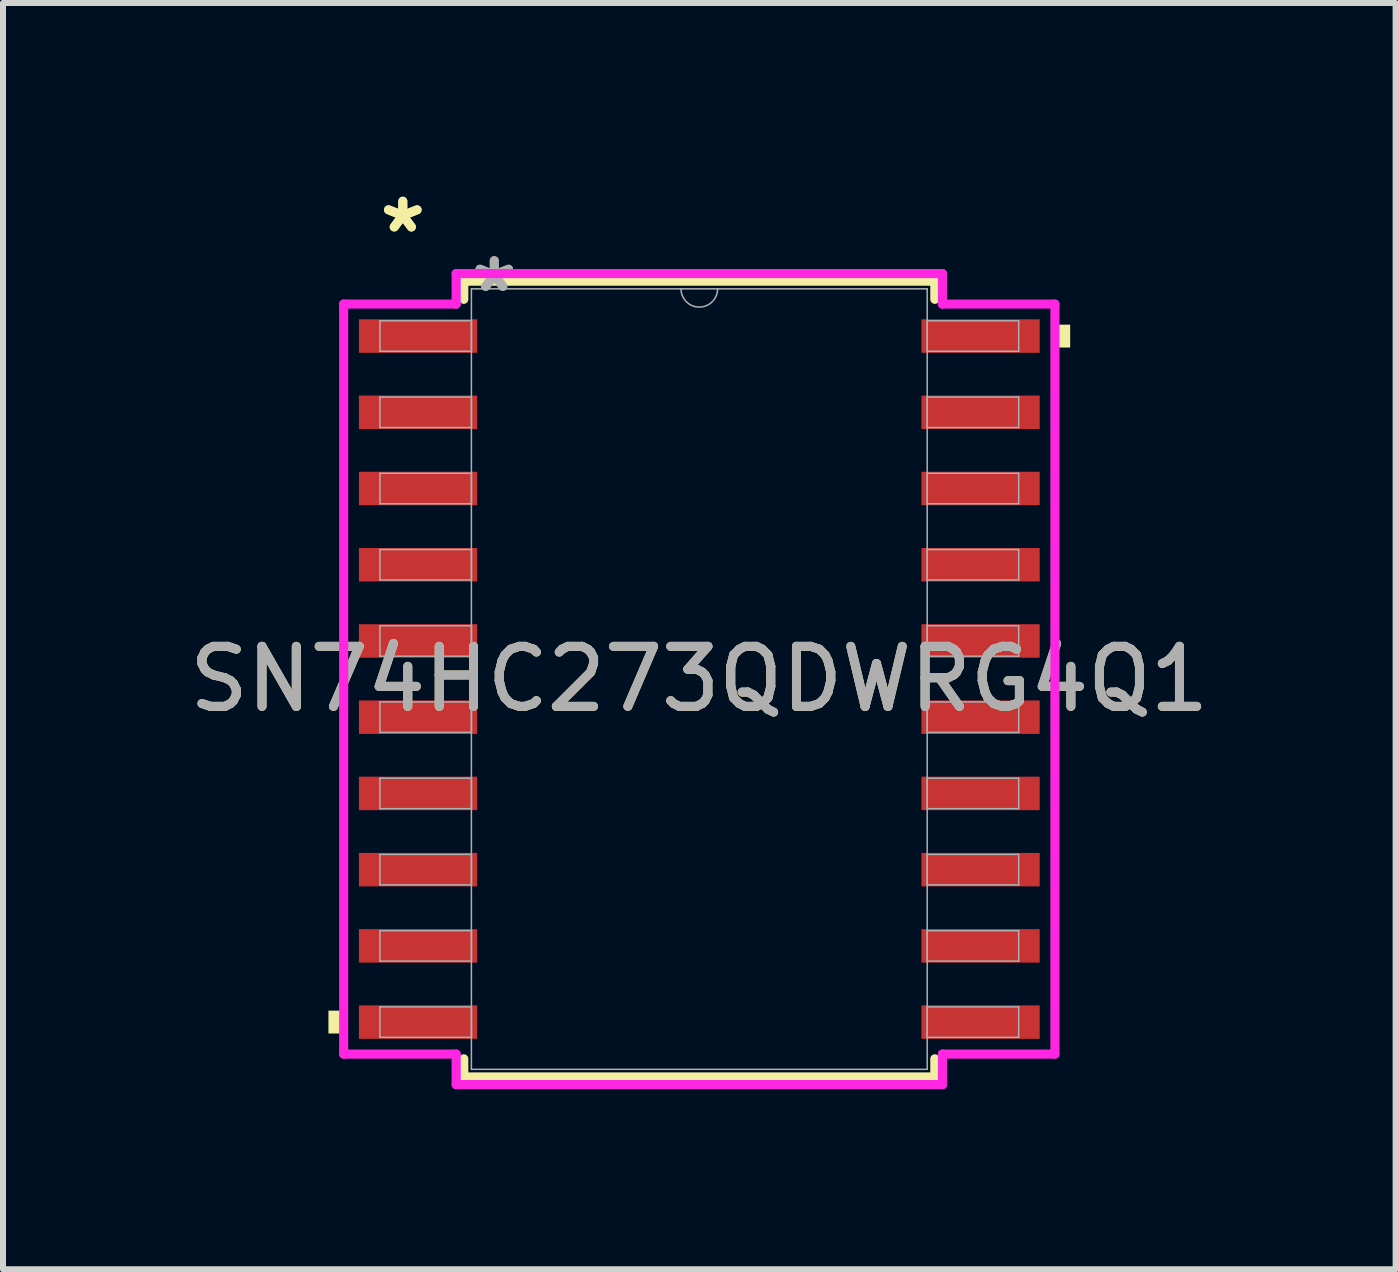
<source format=kicad_pcb>
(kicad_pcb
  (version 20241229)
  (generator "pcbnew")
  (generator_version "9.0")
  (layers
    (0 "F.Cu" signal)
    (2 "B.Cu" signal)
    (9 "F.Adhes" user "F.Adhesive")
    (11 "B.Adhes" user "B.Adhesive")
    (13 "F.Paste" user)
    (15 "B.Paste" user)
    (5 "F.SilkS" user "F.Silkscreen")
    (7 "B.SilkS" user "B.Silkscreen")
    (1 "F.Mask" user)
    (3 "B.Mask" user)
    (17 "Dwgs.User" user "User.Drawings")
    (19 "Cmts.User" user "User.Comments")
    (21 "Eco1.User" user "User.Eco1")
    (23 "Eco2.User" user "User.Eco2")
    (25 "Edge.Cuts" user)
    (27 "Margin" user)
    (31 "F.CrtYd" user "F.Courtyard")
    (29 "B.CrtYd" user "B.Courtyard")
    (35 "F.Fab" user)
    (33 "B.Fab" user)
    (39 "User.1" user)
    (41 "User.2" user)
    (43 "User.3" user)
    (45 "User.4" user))
  (footprint "SN74HC273QDWRG4Q1"
    (layer "F.Cu")
    (at 8.601 8.264)
    (property "Reference" "SN74HC273QDWRG4Q1" (at 0 0 0) (unlocked yes) (layer "F.SilkS") (effects (font (size 1 1) (thickness 0.15))))
    (attr smd)
    (fp_line (start -3.924 -6.629) (end -3.924 -6.327) (stroke (width 0.152) (type solid)) (layer "F.SilkS"))
    (fp_line (start -3.924 6.327) (end -3.924 6.629) (stroke (width 0.152) (type solid)) (layer "F.SilkS"))
    (fp_line (start -3.924 6.629) (end 3.924 6.629) (stroke (width 0.152) (type solid)) (layer "F.SilkS"))
    (fp_line (start 3.924 -6.629) (end -3.924 -6.629) (stroke (width 0.152) (type solid)) (layer "F.SilkS"))
    (fp_line (start 3.924 -6.327) (end 3.924 -6.629) (stroke (width 0.152) (type solid)) (layer "F.SilkS"))
    (fp_line (start 3.924 6.629) (end 3.924 6.327) (stroke (width 0.152) (type solid)) (layer "F.SilkS"))
    (fp_poly (pts (xy -6.179 5.524) (xy -6.179 5.905) (xy -5.925 5.905) (xy -5.925 5.524)) (stroke (width 0) (type solid)) (fill yes) (layer "F.SilkS"))
    (fp_poly (pts (xy 6.179 -5.905) (xy 6.179 -5.524) (xy 5.925 -5.524) (xy 5.925 -5.905)) (stroke (width 0) (type solid)) (fill yes) (layer "F.SilkS"))
    (fp_line (start -5.925 -6.248) (end -4.051 -6.248) (stroke (width 0.152) (type solid)) (layer "F.CrtYd"))
    (fp_line (start -5.925 6.248) (end -5.925 -6.248) (stroke (width 0.152) (type solid)) (layer "F.CrtYd"))
    (fp_line (start -5.925 6.248) (end -4.051 6.248) (stroke (width 0.152) (type solid)) (layer "F.CrtYd"))
    (fp_line (start -4.051 -6.756) (end 4.051 -6.756) (stroke (width 0.152) (type solid)) (layer "F.CrtYd"))
    (fp_line (start -4.051 -6.248) (end -4.051 -6.756) (stroke (width 0.152) (type solid)) (layer "F.CrtYd"))
    (fp_line (start -4.051 6.756) (end -4.051 6.248) (stroke (width 0.152) (type solid)) (layer "F.CrtYd"))
    (fp_line (start 4.051 -6.756) (end 4.051 -6.248) (stroke (width 0.152) (type solid)) (layer "F.CrtYd"))
    (fp_line (start 4.051 6.248) (end 4.051 6.756) (stroke (width 0.152) (type solid)) (layer "F.CrtYd"))
    (fp_line (start 4.051 6.756) (end -4.051 6.756) (stroke (width 0.152) (type solid)) (layer "F.CrtYd"))
    (fp_line (start 5.925 -6.248) (end 4.051 -6.248) (stroke (width 0.152) (type solid)) (layer "F.CrtYd"))
    (fp_line (start 5.925 -6.248) (end 5.925 6.248) (stroke (width 0.152) (type solid)) (layer "F.CrtYd"))
    (fp_line (start 5.925 6.248) (end 4.051 6.248) (stroke (width 0.152) (type solid)) (layer "F.CrtYd"))
    (fp_line (start -5.321 -5.969) (end -5.321 -5.461) (stroke (width 0.025) (type solid)) (layer "F.Fab"))
    (fp_line (start -5.321 -5.461) (end -3.797 -5.461) (stroke (width 0.025) (type solid)) (layer "F.Fab"))
    (fp_line (start -5.321 -4.699) (end -5.321 -4.191) (stroke (width 0.025) (type solid)) (layer "F.Fab"))
    (fp_line (start -5.321 -4.191) (end -3.797 -4.191) (stroke (width 0.025) (type solid)) (layer "F.Fab"))
    (fp_line (start -5.321 -3.429) (end -5.321 -2.921) (stroke (width 0.025) (type solid)) (layer "F.Fab"))
    (fp_line (start -5.321 -2.921) (end -3.797 -2.921) (stroke (width 0.025) (type solid)) (layer "F.Fab"))
    (fp_line (start -5.321 -2.159) (end -5.321 -1.651) (stroke (width 0.025) (type solid)) (layer "F.Fab"))
    (fp_line (start -5.321 -1.651) (end -3.797 -1.651) (stroke (width 0.025) (type solid)) (layer "F.Fab"))
    (fp_line (start -5.321 -0.889) (end -5.321 -0.381) (stroke (width 0.025) (type solid)) (layer "F.Fab"))
    (fp_line (start -5.321 -0.381) (end -3.797 -0.381) (stroke (width 0.025) (type solid)) (layer "F.Fab"))
    (fp_line (start -5.321 0.381) (end -5.321 0.889) (stroke (width 0.025) (type solid)) (layer "F.Fab"))
    (fp_line (start -5.321 0.889) (end -3.797 0.889) (stroke (width 0.025) (type solid)) (layer "F.Fab"))
    (fp_line (start -5.321 1.651) (end -5.321 2.159) (stroke (width 0.025) (type solid)) (layer "F.Fab"))
    (fp_line (start -5.321 2.159) (end -3.797 2.159) (stroke (width 0.025) (type solid)) (layer "F.Fab"))
    (fp_line (start -5.321 2.921) (end -5.321 3.429) (stroke (width 0.025) (type solid)) (layer "F.Fab"))
    (fp_line (start -5.321 3.429) (end -3.797 3.429) (stroke (width 0.025) (type solid)) (layer "F.Fab"))
    (fp_line (start -5.321 4.191) (end -5.321 4.699) (stroke (width 0.025) (type solid)) (layer "F.Fab"))
    (fp_line (start -5.321 4.699) (end -3.797 4.699) (stroke (width 0.025) (type solid)) (layer "F.Fab"))
    (fp_line (start -5.321 5.461) (end -5.321 5.969) (stroke (width 0.025) (type solid)) (layer "F.Fab"))
    (fp_line (start -5.321 5.969) (end -3.797 5.969) (stroke (width 0.025) (type solid)) (layer "F.Fab"))
    (fp_line (start -3.797 -6.502) (end -3.797 6.502) (stroke (width 0.025) (type solid)) (layer "F.Fab"))
    (fp_line (start -3.797 -5.969) (end -5.321 -5.969) (stroke (width 0.025) (type solid)) (layer "F.Fab"))
    (fp_line (start -3.797 -5.461) (end -3.797 -5.969) (stroke (width 0.025) (type solid)) (layer "F.Fab"))
    (fp_line (start -3.797 -4.699) (end -5.321 -4.699) (stroke (width 0.025) (type solid)) (layer "F.Fab"))
    (fp_line (start -3.797 -4.191) (end -3.797 -4.699) (stroke (width 0.025) (type solid)) (layer "F.Fab"))
    (fp_line (start -3.797 -3.429) (end -5.321 -3.429) (stroke (width 0.025) (type solid)) (layer "F.Fab"))
    (fp_line (start -3.797 -2.921) (end -3.797 -3.429) (stroke (width 0.025) (type solid)) (layer "F.Fab"))
    (fp_line (start -3.797 -2.159) (end -5.321 -2.159) (stroke (width 0.025) (type solid)) (layer "F.Fab"))
    (fp_line (start -3.797 -1.651) (end -3.797 -2.159) (stroke (width 0.025) (type solid)) (layer "F.Fab"))
    (fp_line (start -3.797 -0.889) (end -5.321 -0.889) (stroke (width 0.025) (type solid)) (layer "F.Fab"))
    (fp_line (start -3.797 -0.381) (end -3.797 -0.889) (stroke (width 0.025) (type solid)) (layer "F.Fab"))
    (fp_line (start -3.797 0.381) (end -5.321 0.381) (stroke (width 0.025) (type solid)) (layer "F.Fab"))
    (fp_line (start -3.797 0.889) (end -3.797 0.381) (stroke (width 0.025) (type solid)) (layer "F.Fab"))
    (fp_line (start -3.797 1.651) (end -5.321 1.651) (stroke (width 0.025) (type solid)) (layer "F.Fab"))
    (fp_line (start -3.797 2.159) (end -3.797 1.651) (stroke (width 0.025) (type solid)) (layer "F.Fab"))
    (fp_line (start -3.797 2.921) (end -5.321 2.921) (stroke (width 0.025) (type solid)) (layer "F.Fab"))
    (fp_line (start -3.797 3.429) (end -3.797 2.921) (stroke (width 0.025) (type solid)) (layer "F.Fab"))
    (fp_line (start -3.797 4.191) (end -5.321 4.191) (stroke (width 0.025) (type solid)) (layer "F.Fab"))
    (fp_line (start -3.797 4.699) (end -3.797 4.191) (stroke (width 0.025) (type solid)) (layer "F.Fab"))
    (fp_line (start -3.797 5.461) (end -5.321 5.461) (stroke (width 0.025) (type solid)) (layer "F.Fab"))
    (fp_line (start -3.797 5.969) (end -3.797 5.461) (stroke (width 0.025) (type solid)) (layer "F.Fab"))
    (fp_line (start -3.797 6.502) (end 3.797 6.502) (stroke (width 0.025) (type solid)) (layer "F.Fab"))
    (fp_line (start 3.797 -6.502) (end -3.797 -6.502) (stroke (width 0.025) (type solid)) (layer "F.Fab"))
    (fp_line (start 3.797 -5.969) (end 3.797 -5.461) (stroke (width 0.025) (type solid)) (layer "F.Fab"))
    (fp_line (start 3.797 -5.461) (end 5.321 -5.461) (stroke (width 0.025) (type solid)) (layer "F.Fab"))
    (fp_line (start 3.797 -4.699) (end 3.797 -4.191) (stroke (width 0.025) (type solid)) (layer "F.Fab"))
    (fp_line (start 3.797 -4.191) (end 5.321 -4.191) (stroke (width 0.025) (type solid)) (layer "F.Fab"))
    (fp_line (start 3.797 -3.429) (end 3.797 -2.921) (stroke (width 0.025) (type solid)) (layer "F.Fab"))
    (fp_line (start 3.797 -2.921) (end 5.321 -2.921) (stroke (width 0.025) (type solid)) (layer "F.Fab"))
    (fp_line (start 3.797 -2.159) (end 3.797 -1.651) (stroke (width 0.025) (type solid)) (layer "F.Fab"))
    (fp_line (start 3.797 -1.651) (end 5.321 -1.651) (stroke (width 0.025) (type solid)) (layer "F.Fab"))
    (fp_line (start 3.797 -0.889) (end 3.797 -0.381) (stroke (width 0.025) (type solid)) (layer "F.Fab"))
    (fp_line (start 3.797 -0.381) (end 5.321 -0.381) (stroke (width 0.025) (type solid)) (layer "F.Fab"))
    (fp_line (start 3.797 0.381) (end 3.797 0.889) (stroke (width 0.025) (type solid)) (layer "F.Fab"))
    (fp_line (start 3.797 0.889) (end 5.321 0.889) (stroke (width 0.025) (type solid)) (layer "F.Fab"))
    (fp_line (start 3.797 1.651) (end 3.797 2.159) (stroke (width 0.025) (type solid)) (layer "F.Fab"))
    (fp_line (start 3.797 2.159) (end 5.321 2.159) (stroke (width 0.025) (type solid)) (layer "F.Fab"))
    (fp_line (start 3.797 2.921) (end 3.797 3.429) (stroke (width 0.025) (type solid)) (layer "F.Fab"))
    (fp_line (start 3.797 3.429) (end 5.321 3.429) (stroke (width 0.025) (type solid)) (layer "F.Fab"))
    (fp_line (start 3.797 4.191) (end 3.797 4.699) (stroke (width 0.025) (type solid)) (layer "F.Fab"))
    (fp_line (start 3.797 4.699) (end 5.321 4.699) (stroke (width 0.025) (type solid)) (layer "F.Fab"))
    (fp_line (start 3.797 5.461) (end 3.797 5.969) (stroke (width 0.025) (type solid)) (layer "F.Fab"))
    (fp_line (start 3.797 5.969) (end 5.321 5.969) (stroke (width 0.025) (type solid)) (layer "F.Fab"))
    (fp_line (start 3.797 6.502) (end 3.797 -6.502) (stroke (width 0.025) (type solid)) (layer "F.Fab"))
    (fp_line (start 5.321 -5.969) (end 3.797 -5.969) (stroke (width 0.025) (type solid)) (layer "F.Fab"))
    (fp_line (start 5.321 -5.461) (end 5.321 -5.969) (stroke (width 0.025) (type solid)) (layer "F.Fab"))
    (fp_line (start 5.321 -4.699) (end 3.797 -4.699) (stroke (width 0.025) (type solid)) (layer "F.Fab"))
    (fp_line (start 5.321 -4.191) (end 5.321 -4.699) (stroke (width 0.025) (type solid)) (layer "F.Fab"))
    (fp_line (start 5.321 -3.429) (end 3.797 -3.429) (stroke (width 0.025) (type solid)) (layer "F.Fab"))
    (fp_line (start 5.321 -2.921) (end 5.321 -3.429) (stroke (width 0.025) (type solid)) (layer "F.Fab"))
    (fp_line (start 5.321 -2.159) (end 3.797 -2.159) (stroke (width 0.025) (type solid)) (layer "F.Fab"))
    (fp_line (start 5.321 -1.651) (end 5.321 -2.159) (stroke (width 0.025) (type solid)) (layer "F.Fab"))
    (fp_line (start 5.321 -0.889) (end 3.797 -0.889) (stroke (width 0.025) (type solid)) (layer "F.Fab"))
    (fp_line (start 5.321 -0.381) (end 5.321 -0.889) (stroke (width 0.025) (type solid)) (layer "F.Fab"))
    (fp_line (start 5.321 0.381) (end 3.797 0.381) (stroke (width 0.025) (type solid)) (layer "F.Fab"))
    (fp_line (start 5.321 0.889) (end 5.321 0.381) (stroke (width 0.025) (type solid)) (layer "F.Fab"))
    (fp_line (start 5.321 1.651) (end 3.797 1.651) (stroke (width 0.025) (type solid)) (layer "F.Fab"))
    (fp_line (start 5.321 2.159) (end 5.321 1.651) (stroke (width 0.025) (type solid)) (layer "F.Fab"))
    (fp_line (start 5.321 2.921) (end 3.797 2.921) (stroke (width 0.025) (type solid)) (layer "F.Fab"))
    (fp_line (start 5.321 3.429) (end 5.321 2.921) (stroke (width 0.025) (type solid)) (layer "F.Fab"))
    (fp_line (start 5.321 4.191) (end 3.797 4.191) (stroke (width 0.025) (type solid)) (layer "F.Fab"))
    (fp_line (start 5.321 4.699) (end 5.321 4.191) (stroke (width 0.025) (type solid)) (layer "F.Fab"))
    (fp_line (start 5.321 5.461) (end 3.797 5.461) (stroke (width 0.025) (type solid)) (layer "F.Fab"))
    (fp_line (start 5.321 5.969) (end 5.321 5.461) (stroke (width 0.025) (type solid)) (layer "F.Fab"))
    (fp_arc (start 0.3048 -6.5024) (mid 0 -6.1976) (end -0.3048 -6.5024) (stroke (width 0.0254) (type solid)) (layer "F.Fab"))
    (fp_text user "*" (at -4.94 -7.416 0) (layer "F.SilkS") (effects (font (size 1 1) (thickness 0.15))))
    (fp_text user "*" (at -4.94 -7.416 0) (unlocked yes) (layer "F.SilkS") (effects (font (size 1 1) (thickness 0.15))))
    (fp_text user "*" (at -3.416 -6.426 0) (unlocked yes) (layer "F.Fab") (effects (font (size 1 1) (thickness 0.15))))
    (fp_text user "*" (at -3.416 -6.426 0) (layer "F.Fab") (effects (font (size 1 1) (thickness 0.15))))
    (fp_text user "${REFERENCE}" (at 0 0 0) (unlocked yes) (layer "F.Fab") (effects (font (size 1 1) (thickness 0.15))))
    (pad "1" smd rect (at -4.686 -5.715) (size 1.97 0.558) (layers "F.Cu" "F.Mask" "F.Paste"))
    (pad "2" smd rect (at -4.686 -4.445) (size 1.97 0.558) (layers "F.Cu" "F.Mask" "F.Paste"))
    (pad "3" smd rect (at -4.686 -3.175) (size 1.97 0.558) (layers "F.Cu" "F.Mask" "F.Paste"))
    (pad "4" smd rect (at -4.686 -1.905) (size 1.97 0.558) (layers "F.Cu" "F.Mask" "F.Paste"))
    (pad "5" smd rect (at -4.686 -0.635) (size 1.97 0.558) (layers "F.Cu" "F.Mask" "F.Paste"))
    (pad "6" smd rect (at -4.686 0.635) (size 1.97 0.558) (layers "F.Cu" "F.Mask" "F.Paste"))
    (pad "7" smd rect (at -4.686 1.905) (size 1.97 0.558) (layers "F.Cu" "F.Mask" "F.Paste"))
    (pad "8" smd rect (at -4.686 3.175) (size 1.97 0.558) (layers "F.Cu" "F.Mask" "F.Paste"))
    (pad "9" smd rect (at -4.686 4.445) (size 1.97 0.558) (layers "F.Cu" "F.Mask" "F.Paste"))
    (pad "10" smd rect (at -4.686 5.715) (size 1.97 0.558) (layers "F.Cu" "F.Mask" "F.Paste"))
    (pad "11" smd rect (at 4.686 5.715) (size 1.97 0.558) (layers "F.Cu" "F.Mask" "F.Paste"))
    (pad "12" smd rect (at 4.686 4.445) (size 1.97 0.558) (layers "F.Cu" "F.Mask" "F.Paste"))
    (pad "13" smd rect (at 4.686 3.175) (size 1.97 0.558) (layers "F.Cu" "F.Mask" "F.Paste"))
    (pad "14" smd rect (at 4.686 1.905) (size 1.97 0.558) (layers "F.Cu" "F.Mask" "F.Paste"))
    (pad "15" smd rect (at 4.686 0.635) (size 1.97 0.558) (layers "F.Cu" "F.Mask" "F.Paste"))
    (pad "16" smd rect (at 4.686 -0.635) (size 1.97 0.558) (layers "F.Cu" "F.Mask" "F.Paste"))
    (pad "17" smd rect (at 4.686 -1.905) (size 1.97 0.558) (layers "F.Cu" "F.Mask" "F.Paste"))
    (pad "18" smd rect (at 4.686 -3.175) (size 1.97 0.558) (layers "F.Cu" "F.Mask" "F.Paste"))
    (pad "19" smd rect (at 4.686 -4.445) (size 1.97 0.558) (layers "F.Cu" "F.Mask" "F.Paste"))
    (pad "20" smd rect (at 4.686 -5.715) (size 1.97 0.558) (layers "F.Cu" "F.Mask" "F.Paste")))
  (gr_rect
    (start -3 -3)
    (end 20.202 18.097)
    (stroke (width 0.1) (type default))
    (fill no)
    (layer "Edge.Cuts")))
</source>
